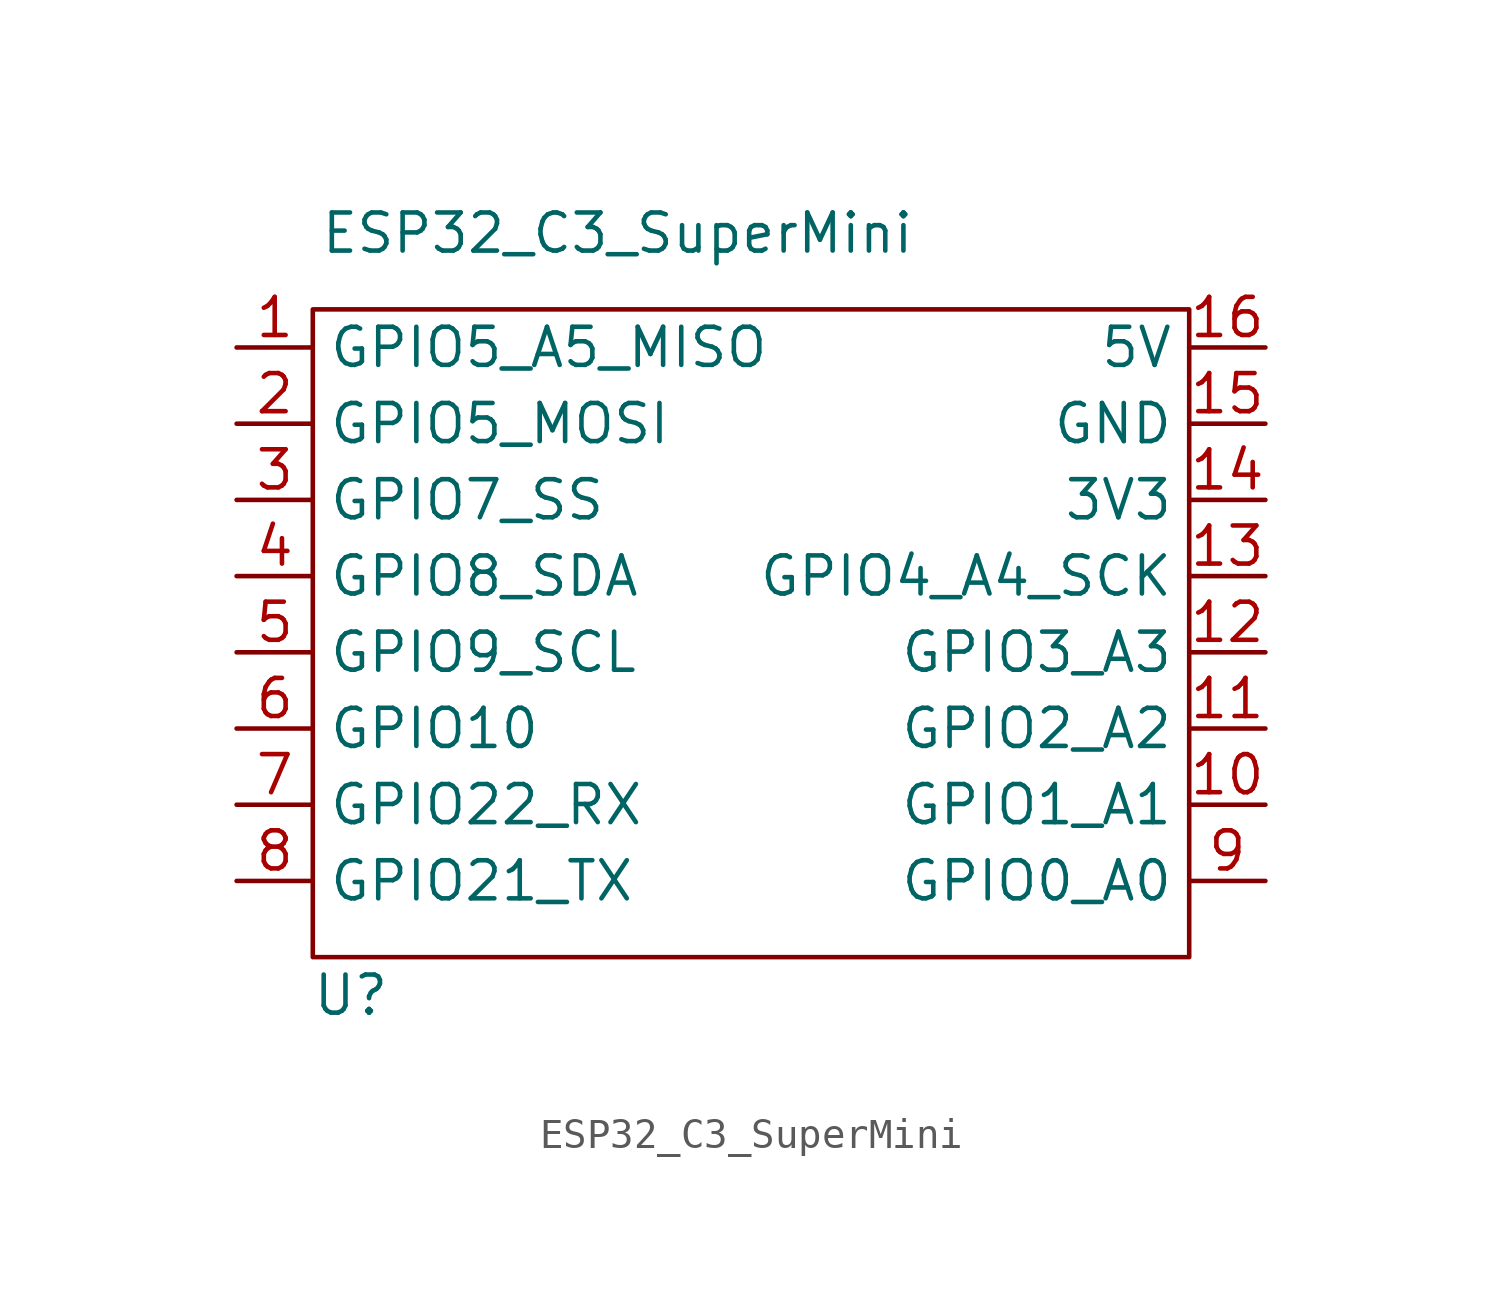
<source format=kicad_sym>
(kicad_symbol_lib
  (version 20211014)
  (generator kicad_symbol_editor)
  (symbol "ESP32_C3_SuperMini"
    (property "Reference" "U"
      (at -7.62 -22.86 0)
      (effects (font (size 1.27 1.27))))
    (property "Value" "ESP32_C3_SuperMini"
      (at 1.27 2.54 0)
      (effects (font (size 1.27 1.27))))
    (symbol "ESP32_C3_SuperMini_0_1"
      (rectangle (start -8.89 0) (end 20.32 -21.59) (stroke (width 0) (type default) (color 0 0 0 0)) (fill (type none))))
    (symbol "ESP32_C3_SuperMini_1_1"
      (pin bidirectional line (at -11.43 -1.27 0) (length 2.54) (name "GPIO5_A5_MISO" (effects (font (size 1.27 1.27)))) (number "1" (effects (font (size 1.27 1.27)))))
      (pin bidirectional line (at 22.86 -16.51 180) (length 2.54) (name "GPIO1_A1" (effects (font (size 1.27 1.27)))) (number "10" (effects (font (size 1.27 1.27)))))
      (pin bidirectional line (at 22.86 -13.97 180) (length 2.54) (name "GPIO2_A2" (effects (font (size 1.27 1.27)))) (number "11" (effects (font (size 1.27 1.27)))))
      (pin bidirectional line (at 22.86 -11.43 180) (length 2.54) (name "GPIO3_A3" (effects (font (size 1.27 1.27)))) (number "12" (effects (font (size 1.27 1.27)))))
      (pin bidirectional line (at 22.86 -8.89 180) (length 2.54) (name "GPIO4_A4_SCK" (effects (font (size 1.27 1.27)))) (number "13" (effects (font (size 1.27 1.27)))))
      (pin power_out line (at 22.86 -6.35 180) (length 2.54) (name "3V3" (effects (font (size 1.27 1.27)))) (number "14" (effects (font (size 1.27 1.27)))))
      (pin power_in line (at 22.86 -3.81 180) (length 2.54) (name "GND" (effects (font (size 1.27 1.27)))) (number "15" (effects (font (size 1.27 1.27)))))
      (pin power_in line (at 22.86 -1.27 180) (length 2.54) (name "5V" (effects (font (size 1.27 1.27)))) (number "16" (effects (font (size 1.27 1.27)))))
      (pin bidirectional line (at -11.43 -3.81 0) (length 2.54) (name "GPIO5_MOSI" (effects (font (size 1.27 1.27)))) (number "2" (effects (font (size 1.27 1.27)))))
      (pin bidirectional line (at -11.43 -6.35 0) (length 2.54) (name "GPIO7_SS" (effects (font (size 1.27 1.27)))) (number "3" (effects (font (size 1.27 1.27)))))
      (pin bidirectional line (at -11.43 -8.89 0) (length 2.54) (name "GPIO8_SDA" (effects (font (size 1.27 1.27)))) (number "4" (effects (font (size 1.27 1.27)))))
      (pin bidirectional line (at -11.43 -11.43 0) (length 2.54) (name "GPIO9_SCL" (effects (font (size 1.27 1.27)))) (number "5" (effects (font (size 1.27 1.27)))))
      (pin bidirectional line (at -11.43 -13.97 0) (length 2.54) (name "GPIO10" (effects (font (size 1.27 1.27)))) (number "6" (effects (font (size 1.27 1.27)))))
      (pin output line (at -11.43 -16.51 0) (length 2.54) (name "GPIO22_RX" (effects (font (size 1.27 1.27)))) (number "7" (effects (font (size 1.27 1.27)))))
      (pin bidirectional line (at -11.43 -19.05 0) (length 2.54) (name "GPIO21_TX" (effects (font (size 1.27 1.27)))) (number "8" (effects (font (size 1.27 1.27)))))
      (pin bidirectional line (at 22.86 -19.05 180) (length 2.54) (name "GPIO0_A0" (effects (font (size 1.27 1.27)))) (number "9" (effects (font (size 1.27 1.27))))))))
</source>
